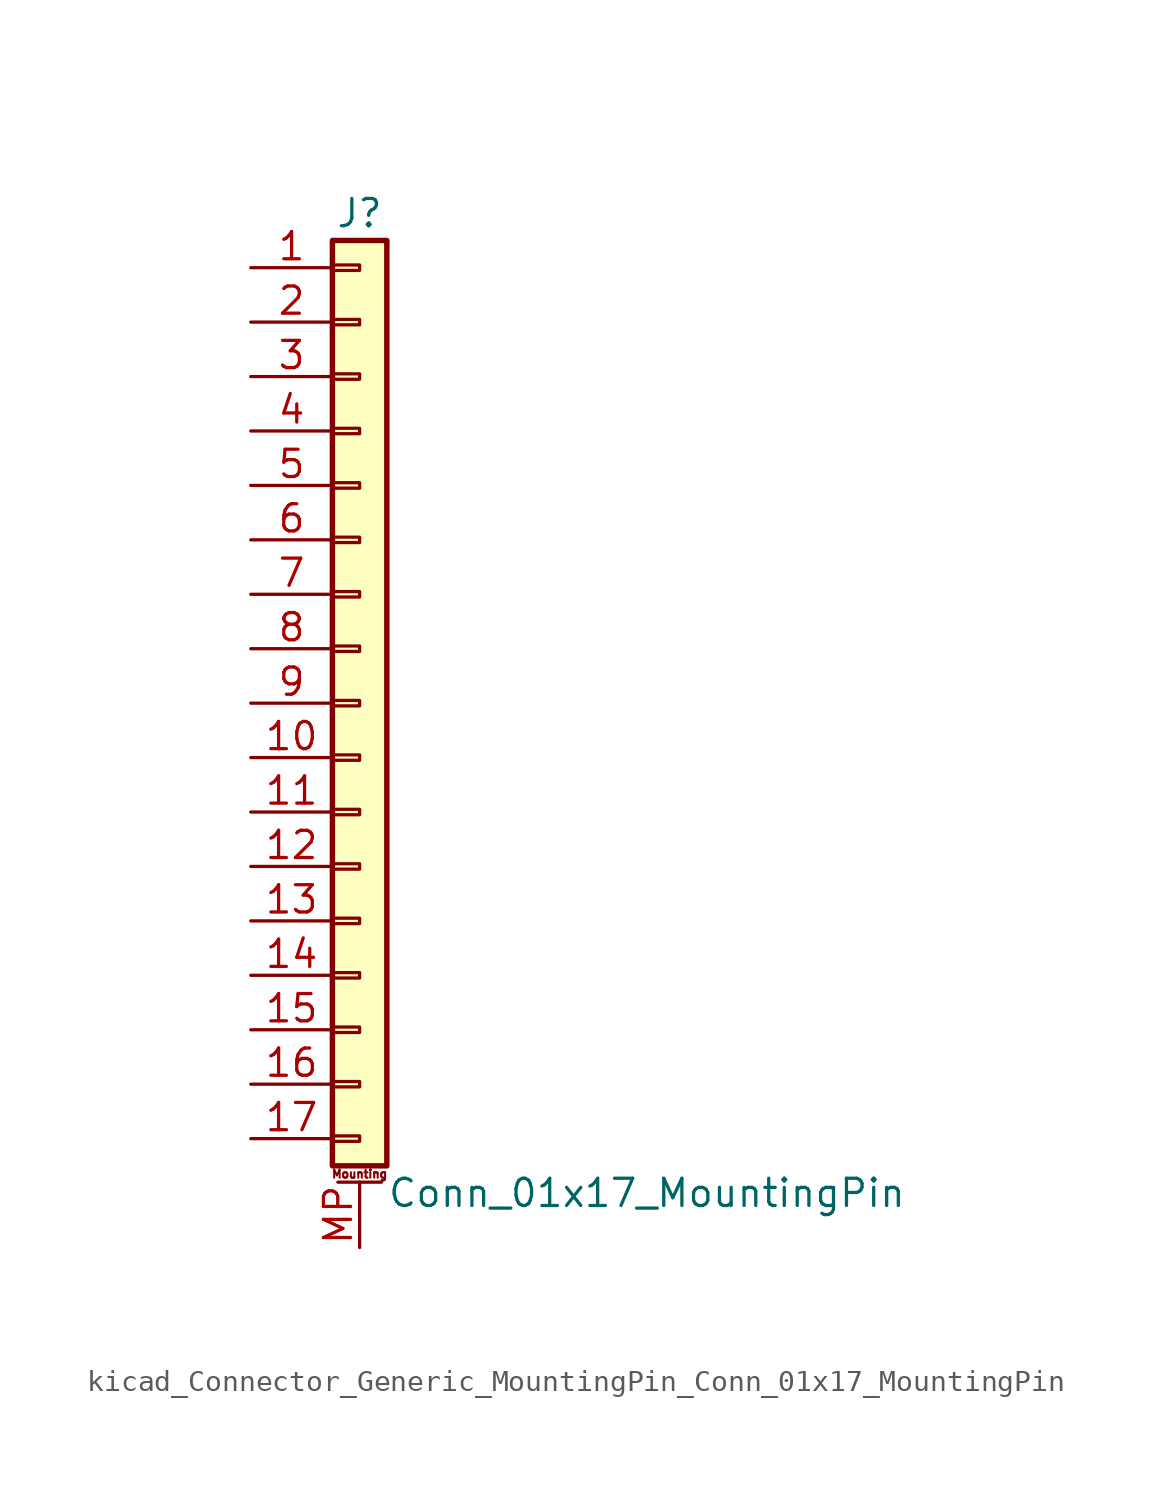
<source format=kicad_sym>
(kicad_symbol_lib
  (version 20220914)
  (generator kicad_symbol_editor)
  (symbol "kicad_Connector_Generic_MountingPin_Conn_01x17_MountingPin"
    (pin_names
      (offset 1.016) hide)
    (property "Reference" "J"
      (at 0 22.86 0)
      (effects (font (size 1.27 1.27))))
    (property "Value" "Conn_01x17_MountingPin"
      (at 1.27 -22.86 0)
      (effects (font (size 1.27 1.27)) (justify left)))
    (symbol "kicad_Connector_Generic_MountingPin_Conn_01x17_MountingPin_1_1"
      (rectangle (start -1.27 -20.193) (end 0 -20.447) (stroke (width 0.152) (type default)) (fill (type none)))
      (rectangle (start -1.27 -17.653) (end 0 -17.907) (stroke (width 0.152) (type default)) (fill (type none)))
      (rectangle (start -1.27 -15.113) (end 0 -15.367) (stroke (width 0.152) (type default)) (fill (type none)))
      (rectangle (start -1.27 -12.573) (end 0 -12.827) (stroke (width 0.152) (type default)) (fill (type none)))
      (rectangle (start -1.27 -10.033) (end 0 -10.287) (stroke (width 0.152) (type default)) (fill (type none)))
      (rectangle (start -1.27 -7.493) (end 0 -7.747) (stroke (width 0.152) (type default)) (fill (type none)))
      (rectangle (start -1.27 -4.953) (end 0 -5.207) (stroke (width 0.152) (type default)) (fill (type none)))
      (rectangle (start -1.27 -2.413) (end 0 -2.667) (stroke (width 0.152) (type default)) (fill (type none)))
      (rectangle (start -1.27 0.127) (end 0 -0.127) (stroke (width 0.152) (type default)) (fill (type none)))
      (rectangle (start -1.27 2.667) (end 0 2.413) (stroke (width 0.152) (type default)) (fill (type none)))
      (rectangle (start -1.27 5.207) (end 0 4.953) (stroke (width 0.152) (type default)) (fill (type none)))
      (rectangle (start -1.27 7.747) (end 0 7.493) (stroke (width 0.152) (type default)) (fill (type none)))
      (rectangle (start -1.27 10.287) (end 0 10.033) (stroke (width 0.152) (type default)) (fill (type none)))
      (rectangle (start -1.27 12.827) (end 0 12.573) (stroke (width 0.152) (type default)) (fill (type none)))
      (rectangle (start -1.27 15.367) (end 0 15.113) (stroke (width 0.152) (type default)) (fill (type none)))
      (rectangle (start -1.27 17.907) (end 0 17.653) (stroke (width 0.152) (type default)) (fill (type none)))
      (rectangle (start -1.27 20.447) (end 0 20.193) (stroke (width 0.152) (type default)) (fill (type none)))
      (rectangle (start -1.27 21.59) (end 1.27 -21.59) (stroke (width 0.254) (type default)) (fill (type background)))
      (polyline (pts (xy -1.016 -22.352) (xy 1.016 -22.352)) (stroke (width 0.152) (type default)) (fill (type none)))
      (text "Mounting" (at 0 -21.971 0) (effects (font (size 0.381 0.381))))
      (pin passive line (at -5.08 20.32 0) (length 3.81) (name "Pin_1" (effects (font (size 1.27 1.27)))) (number "1" (effects (font (size 1.27 1.27)))))
      (pin passive line (at -5.08 -2.54 0) (length 3.81) (name "Pin_10" (effects (font (size 1.27 1.27)))) (number "10" (effects (font (size 1.27 1.27)))))
      (pin passive line (at -5.08 -5.08 0) (length 3.81) (name "Pin_11" (effects (font (size 1.27 1.27)))) (number "11" (effects (font (size 1.27 1.27)))))
      (pin passive line (at -5.08 -7.62 0) (length 3.81) (name "Pin_12" (effects (font (size 1.27 1.27)))) (number "12" (effects (font (size 1.27 1.27)))))
      (pin passive line (at -5.08 -10.16 0) (length 3.81) (name "Pin_13" (effects (font (size 1.27 1.27)))) (number "13" (effects (font (size 1.27 1.27)))))
      (pin passive line (at -5.08 -12.7 0) (length 3.81) (name "Pin_14" (effects (font (size 1.27 1.27)))) (number "14" (effects (font (size 1.27 1.27)))))
      (pin passive line (at -5.08 -15.24 0) (length 3.81) (name "Pin_15" (effects (font (size 1.27 1.27)))) (number "15" (effects (font (size 1.27 1.27)))))
      (pin passive line (at -5.08 -17.78 0) (length 3.81) (name "Pin_16" (effects (font (size 1.27 1.27)))) (number "16" (effects (font (size 1.27 1.27)))))
      (pin passive line (at -5.08 -20.32 0) (length 3.81) (name "Pin_17" (effects (font (size 1.27 1.27)))) (number "17" (effects (font (size 1.27 1.27)))))
      (pin passive line (at -5.08 17.78 0) (length 3.81) (name "Pin_2" (effects (font (size 1.27 1.27)))) (number "2" (effects (font (size 1.27 1.27)))))
      (pin passive line (at -5.08 15.24 0) (length 3.81) (name "Pin_3" (effects (font (size 1.27 1.27)))) (number "3" (effects (font (size 1.27 1.27)))))
      (pin passive line (at -5.08 12.7 0) (length 3.81) (name "Pin_4" (effects (font (size 1.27 1.27)))) (number "4" (effects (font (size 1.27 1.27)))))
      (pin passive line (at -5.08 10.16 0) (length 3.81) (name "Pin_5" (effects (font (size 1.27 1.27)))) (number "5" (effects (font (size 1.27 1.27)))))
      (pin passive line (at -5.08 7.62 0) (length 3.81) (name "Pin_6" (effects (font (size 1.27 1.27)))) (number "6" (effects (font (size 1.27 1.27)))))
      (pin passive line (at -5.08 5.08 0) (length 3.81) (name "Pin_7" (effects (font (size 1.27 1.27)))) (number "7" (effects (font (size 1.27 1.27)))))
      (pin passive line (at -5.08 2.54 0) (length 3.81) (name "Pin_8" (effects (font (size 1.27 1.27)))) (number "8" (effects (font (size 1.27 1.27)))))
      (pin passive line (at -5.08 0 0) (length 3.81) (name "Pin_9" (effects (font (size 1.27 1.27)))) (number "9" (effects (font (size 1.27 1.27)))))
      (pin passive line (at 0 -25.4 90) (length 3.048) (name "MountPin" (effects (font (size 1.27 1.27)))) (number "MP" (effects (font (size 1.27 1.27))))))))
</source>
